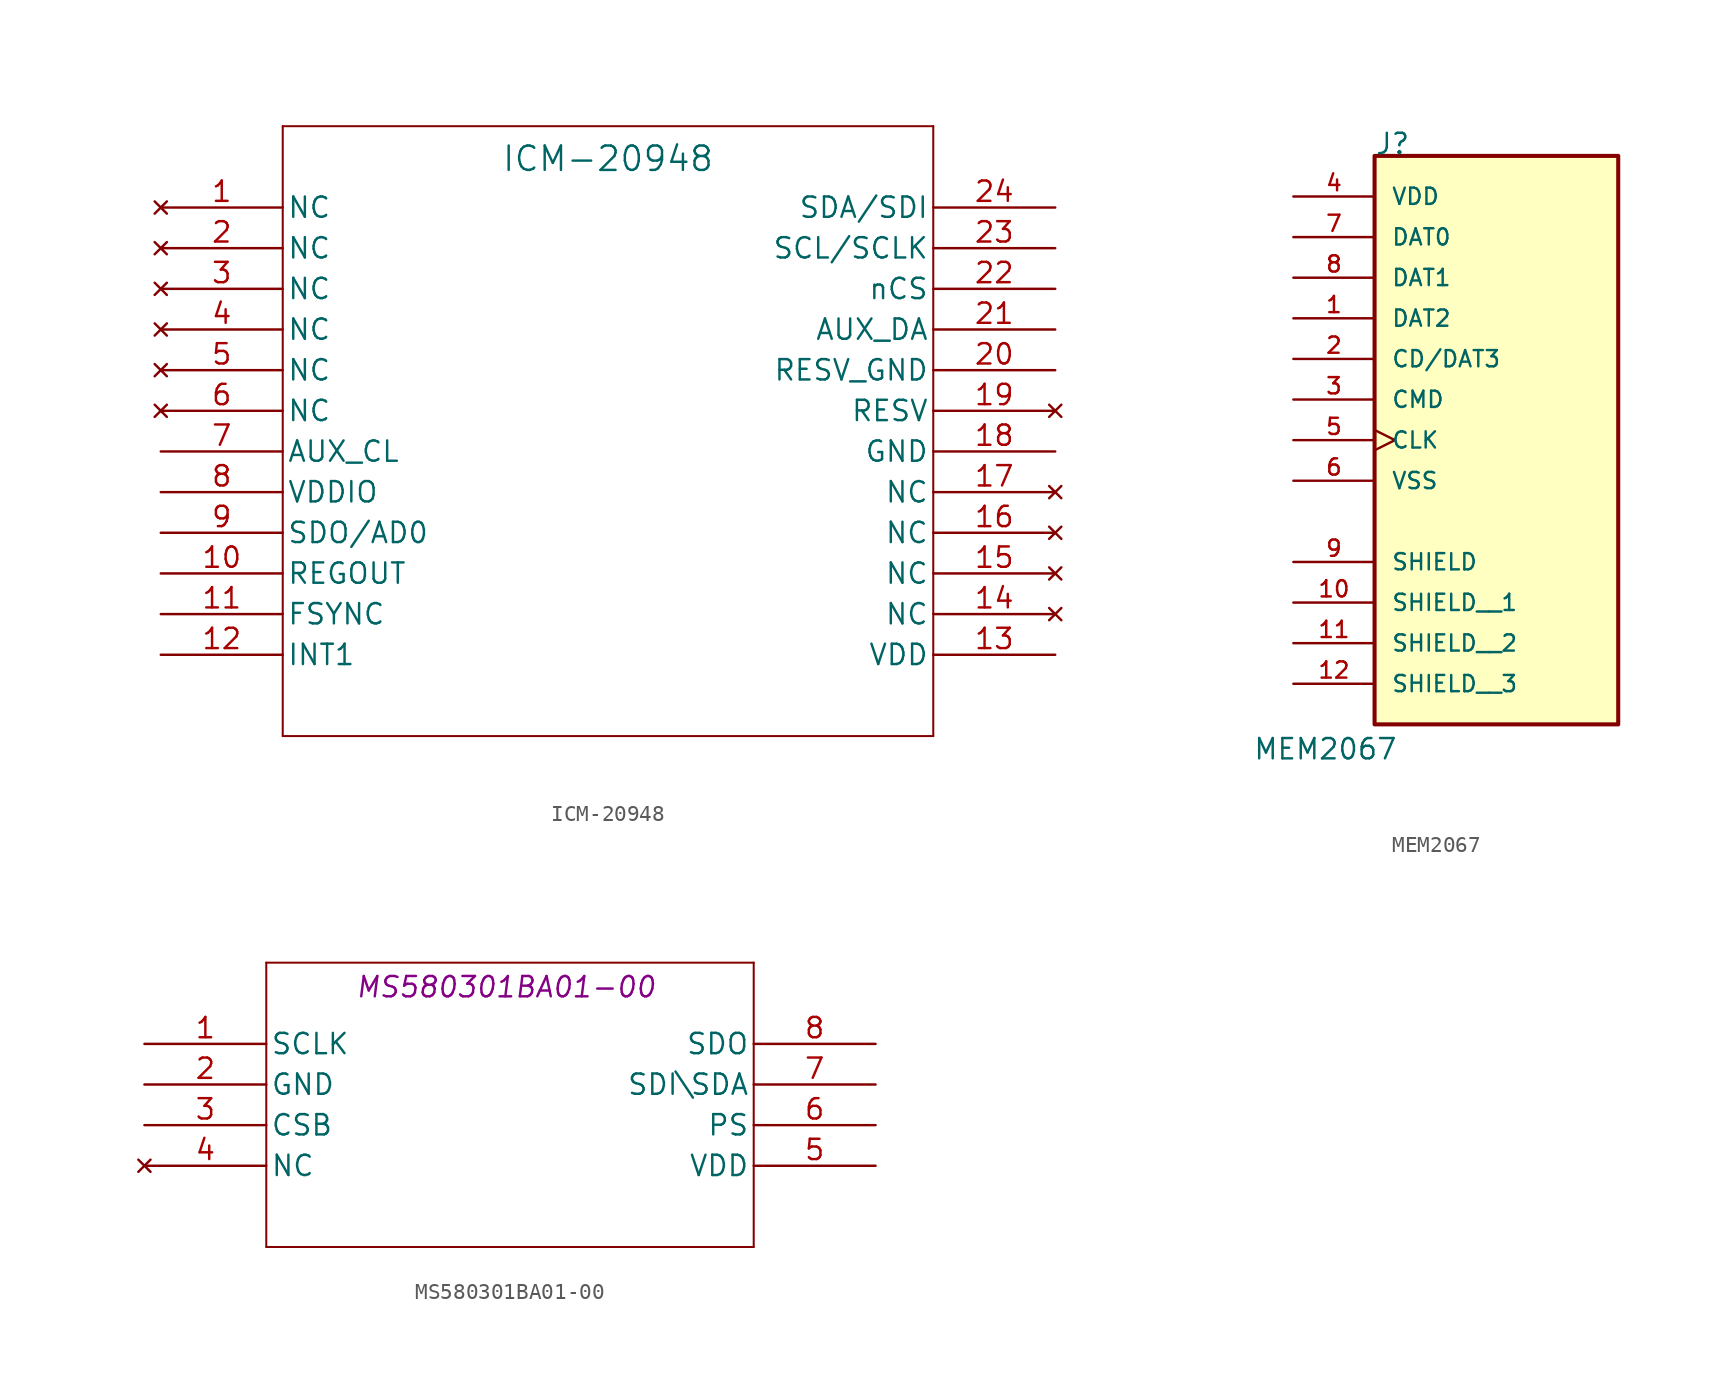
<source format=kicad_sym>
(kicad_symbol_lib
  (version 20231120)
  (generator "kicad_symbol_editor")
  (generator_version "8.0")
  (symbol "ICM-20948"
    (pin_names
      (offset 0.254))
    (property "Reference" "U"
      (at 28.956 -5.842 0)
      (effects (font (size 1.524 1.524)) (hide yes)))
    (property "Value" "ICM-20948"
      (at 27.94 3.048 0)
      (effects (font (size 1.524 1.524))))
    (property "ki_locked" ""
      (at 0 0 0)
      (effects (font (size 1.27 1.27))))
    (symbol "ICM-20948_1_1"
      (polyline (pts (xy 7.62 -33.02) (xy 48.26 -33.02)) (stroke (width 0.127) (type default)) (fill (type none)))
      (polyline (pts (xy 7.62 5.08) (xy 7.62 -33.02)) (stroke (width 0.127) (type default)) (fill (type none)))
      (polyline (pts (xy 48.26 -33.02) (xy 48.26 5.08)) (stroke (width 0.127) (type default)) (fill (type none)))
      (polyline (pts (xy 48.26 5.08) (xy 7.62 5.08)) (stroke (width 0.127) (type default)) (fill (type none)))
      (pin no_connect line (at 0 0 0) (length 7.62) (name "NC" (effects (font (size 1.27 1.27)))) (number "1" (effects (font (size 1.27 1.27)))))
      (pin output line (at 0 -22.86 0) (length 7.62) (name "REGOUT" (effects (font (size 1.27 1.27)))) (number "10" (effects (font (size 1.27 1.27)))))
      (pin input line (at 0 -25.4 0) (length 7.62) (name "FSYNC" (effects (font (size 1.27 1.27)))) (number "11" (effects (font (size 1.27 1.27)))))
      (pin output line (at 0 -27.94 0) (length 7.62) (name "INT1" (effects (font (size 1.27 1.27)))) (number "12" (effects (font (size 1.27 1.27)))))
      (pin power_in line (at 55.88 -27.94 180) (length 7.62) (name "VDD" (effects (font (size 1.27 1.27)))) (number "13" (effects (font (size 1.27 1.27)))))
      (pin no_connect line (at 55.88 -25.4 180) (length 7.62) (name "NC" (effects (font (size 1.27 1.27)))) (number "14" (effects (font (size 1.27 1.27)))))
      (pin no_connect line (at 55.88 -22.86 180) (length 7.62) (name "NC" (effects (font (size 1.27 1.27)))) (number "15" (effects (font (size 1.27 1.27)))))
      (pin no_connect line (at 55.88 -20.32 180) (length 7.62) (name "NC" (effects (font (size 1.27 1.27)))) (number "16" (effects (font (size 1.27 1.27)))))
      (pin no_connect line (at 55.88 -17.78 180) (length 7.62) (name "NC" (effects (font (size 1.27 1.27)))) (number "17" (effects (font (size 1.27 1.27)))))
      (pin power_out line (at 55.88 -15.24 180) (length 7.62) (name "GND" (effects (font (size 1.27 1.27)))) (number "18" (effects (font (size 1.27 1.27)))))
      (pin no_connect line (at 55.88 -12.7 180) (length 7.62) (name "RESV" (effects (font (size 1.27 1.27)))) (number "19" (effects (font (size 1.27 1.27)))))
      (pin no_connect line (at 0 -2.54 0) (length 7.62) (name "NC" (effects (font (size 1.27 1.27)))) (number "2" (effects (font (size 1.27 1.27)))))
      (pin power_out line (at 55.88 -10.16 180) (length 7.62) (name "RESV_GND" (effects (font (size 1.27 1.27)))) (number "20" (effects (font (size 1.27 1.27)))))
      (pin unspecified line (at 55.88 -7.62 180) (length 7.62) (name "AUX_DA" (effects (font (size 1.27 1.27)))) (number "21" (effects (font (size 1.27 1.27)))))
      (pin input line (at 55.88 -5.08 180) (length 7.62) (name "nCS" (effects (font (size 1.27 1.27)))) (number "22" (effects (font (size 1.27 1.27)))))
      (pin input line (at 55.88 -2.54 180) (length 7.62) (name "SCL/SCLK" (effects (font (size 1.27 1.27)))) (number "23" (effects (font (size 1.27 1.27)))))
      (pin input line (at 55.88 0 180) (length 7.62) (name "SDA/SDI" (effects (font (size 1.27 1.27)))) (number "24" (effects (font (size 1.27 1.27)))))
      (pin no_connect line (at 0 -5.08 0) (length 7.62) (name "NC" (effects (font (size 1.27 1.27)))) (number "3" (effects (font (size 1.27 1.27)))))
      (pin no_connect line (at 0 -7.62 0) (length 7.62) (name "NC" (effects (font (size 1.27 1.27)))) (number "4" (effects (font (size 1.27 1.27)))))
      (pin no_connect line (at 0 -10.16 0) (length 7.62) (name "NC" (effects (font (size 1.27 1.27)))) (number "5" (effects (font (size 1.27 1.27)))))
      (pin no_connect line (at 0 -12.7 0) (length 7.62) (name "NC" (effects (font (size 1.27 1.27)))) (number "6" (effects (font (size 1.27 1.27)))))
      (pin unspecified line (at 0 -15.24 0) (length 7.62) (name "AUX_CL" (effects (font (size 1.27 1.27)))) (number "7" (effects (font (size 1.27 1.27)))))
      (pin power_in line (at 0 -17.78 0) (length 7.62) (name "VDDIO" (effects (font (size 1.27 1.27)))) (number "8" (effects (font (size 1.27 1.27)))))
      (pin bidirectional line (at 0 -20.32 0) (length 7.62) (name "SDO/AD0" (effects (font (size 1.27 1.27)))) (number "9" (effects (font (size 1.27 1.27)))))))
  (symbol "MEM2067"
    (pin_names
      (offset 1.016))
    (property "Reference" "J"
      (at 0 12.712 0)
      (effects (font (size 1.27 1.27)) (justify left bottom)))
    (property "Value" "MEM2067"
      (at -7.62 -25.146 0)
      (effects (font (size 1.27 1.27)) (justify left bottom)))
    (symbol "MEM2067_0_0"
      (rectangle (start 0 -22.86) (end 15.24 12.7) (stroke (width 0.254) (type default)) (fill (type background)))
      (pin bidirectional line (at -5.08 2.54 0) (length 5.08) (name "DAT2" (effects (font (size 1.016 1.016)))) (number "1" (effects (font (size 1.016 1.016)))))
      (pin passive line (at -5.08 -15.24 0) (length 5.08) (name "SHIELD__1" (effects (font (size 1.016 1.016)))) (number "10" (effects (font (size 1.016 1.016)))))
      (pin passive line (at -5.08 -17.78 0) (length 5.08) (name "SHIELD__2" (effects (font (size 1.016 1.016)))) (number "11" (effects (font (size 1.016 1.016)))))
      (pin passive line (at -5.08 -20.32 0) (length 5.08) (name "SHIELD__3" (effects (font (size 1.016 1.016)))) (number "12" (effects (font (size 1.016 1.016)))))
      (pin bidirectional line (at -5.08 0 0) (length 5.08) (name "CD/DAT3" (effects (font (size 1.016 1.016)))) (number "2" (effects (font (size 1.016 1.016)))))
      (pin bidirectional line (at -5.08 -2.54 0) (length 5.08) (name "CMD" (effects (font (size 1.016 1.016)))) (number "3" (effects (font (size 1.016 1.016)))))
      (pin power_in line (at -5.08 10.16 0) (length 5.08) (name "VDD" (effects (font (size 1.016 1.016)))) (number "4" (effects (font (size 1.016 1.016)))))
      (pin bidirectional clock (at -5.08 -5.08 0) (length 5.08) (name "CLK" (effects (font (size 1.016 1.016)))) (number "5" (effects (font (size 1.016 1.016)))))
      (pin power_in line (at -5.08 -7.62 0) (length 5.08) (name "VSS" (effects (font (size 1.016 1.016)))) (number "6" (effects (font (size 1.016 1.016)))))
      (pin bidirectional line (at -5.08 7.62 0) (length 5.08) (name "DAT0" (effects (font (size 1.016 1.016)))) (number "7" (effects (font (size 1.016 1.016)))))
      (pin bidirectional line (at -5.08 5.08 0) (length 5.08) (name "DAT1" (effects (font (size 1.016 1.016)))) (number "8" (effects (font (size 1.016 1.016)))))
      (pin passive line (at -5.08 -12.7 0) (length 5.08) (name "SHIELD" (effects (font (size 1.016 1.016)))) (number "9" (effects (font (size 1.016 1.016)))))))
  (symbol "MS580301BA01-00"
    (pin_names
      (offset 0.254))
    (property "Reference" "U"
      (at 22.86 10.16 0)
      (effects (font (size 1.524 1.524)) (hide yes)))
    (property "Datasheet" "MS580301BA01-00"
      (at 22.606 3.556 0)
      (effects (font (size 1.27 1.27) (italic yes))))
    (property "ki_locked" ""
      (at 0 0 0)
      (effects (font (size 1.27 1.27))))
    (symbol "MS580301BA01-00_0_1"
      (polyline (pts (xy 7.62 -12.7) (xy 38.1 -12.7)) (stroke (width 0.127) (type default)) (fill (type none)))
      (polyline (pts (xy 7.62 5.08) (xy 7.62 -12.7)) (stroke (width 0.127) (type default)) (fill (type none)))
      (polyline (pts (xy 38.1 -12.7) (xy 38.1 5.08)) (stroke (width 0.127) (type default)) (fill (type none)))
      (polyline (pts (xy 38.1 5.08) (xy 7.62 5.08)) (stroke (width 0.127) (type default)) (fill (type none)))
      (pin input line (at 0 0 0) (length 7.62) (name "SCLK" (effects (font (size 1.27 1.27)))) (number "1" (effects (font (size 1.27 1.27)))))
      (pin power_out line (at 0 -2.54 0) (length 7.62) (name "GND" (effects (font (size 1.27 1.27)))) (number "2" (effects (font (size 1.27 1.27)))))
      (pin input line (at 0 -5.08 0) (length 7.62) (name "CSB" (effects (font (size 1.27 1.27)))) (number "3" (effects (font (size 1.27 1.27)))))
      (pin no_connect line (at 0 -7.62 0) (length 7.62) (name "NC" (effects (font (size 1.27 1.27)))) (number "4" (effects (font (size 1.27 1.27)))))
      (pin power_in line (at 45.72 -7.62 180) (length 7.62) (name "VDD" (effects (font (size 1.27 1.27)))) (number "5" (effects (font (size 1.27 1.27)))))
      (pin input line (at 45.72 -5.08 180) (length 7.62) (name "PS" (effects (font (size 1.27 1.27)))) (number "6" (effects (font (size 1.27 1.27)))))
      (pin input line (at 45.72 -2.54 180) (length 7.62) (name "SDI\\SDA" (effects (font (size 1.27 1.27)))) (number "7" (effects (font (size 1.27 1.27)))))
      (pin output line (at 45.72 0 180) (length 7.62) (name "SDO" (effects (font (size 1.27 1.27)))) (number "8" (effects (font (size 1.27 1.27))))))))
</source>
